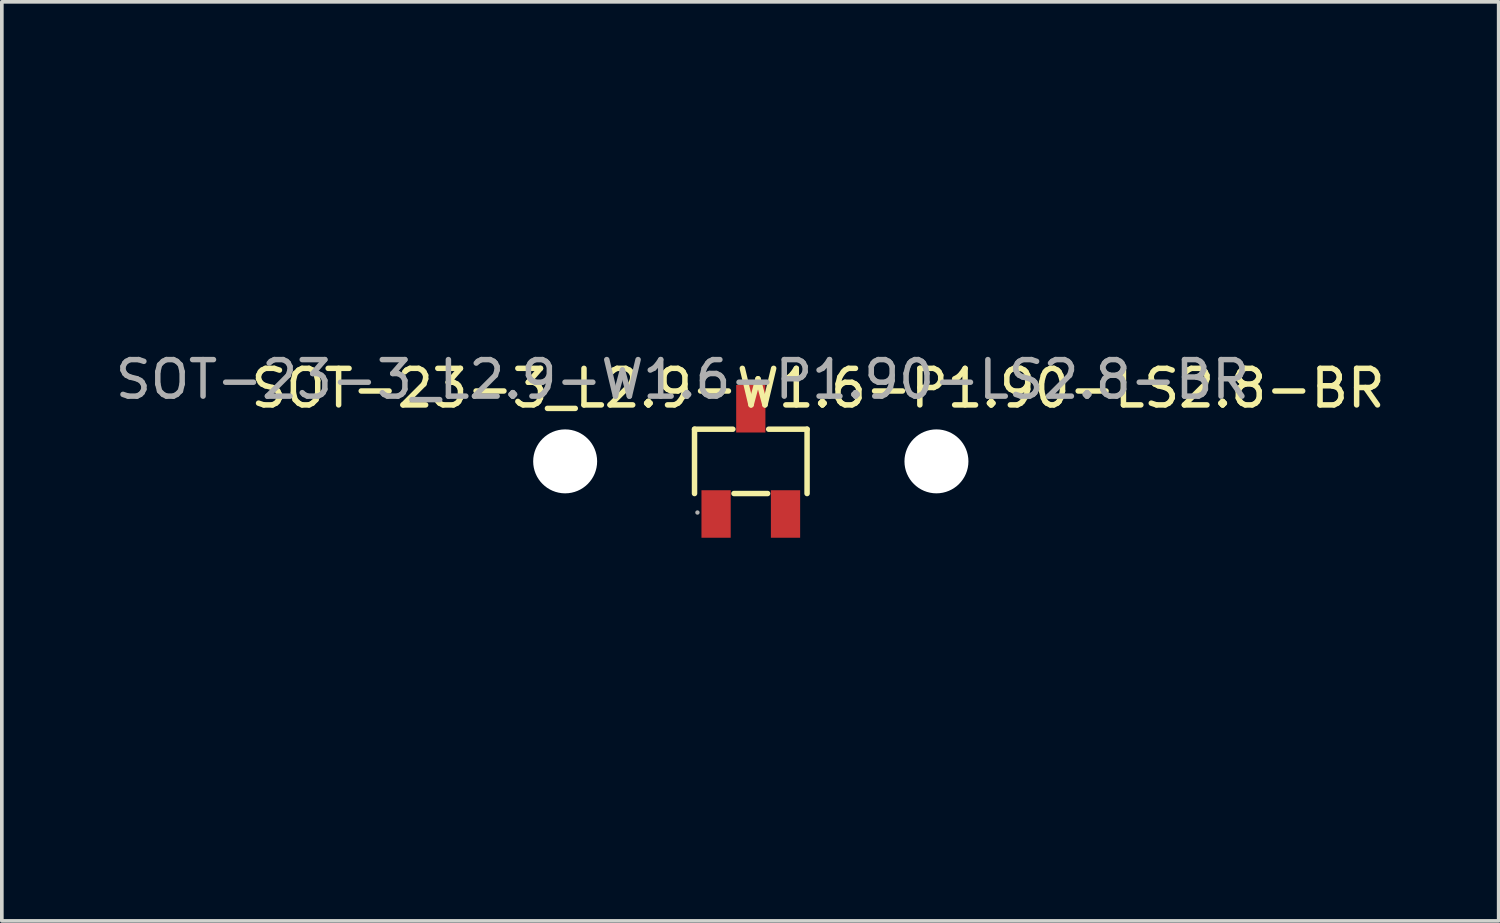
<source format=kicad_pcb>
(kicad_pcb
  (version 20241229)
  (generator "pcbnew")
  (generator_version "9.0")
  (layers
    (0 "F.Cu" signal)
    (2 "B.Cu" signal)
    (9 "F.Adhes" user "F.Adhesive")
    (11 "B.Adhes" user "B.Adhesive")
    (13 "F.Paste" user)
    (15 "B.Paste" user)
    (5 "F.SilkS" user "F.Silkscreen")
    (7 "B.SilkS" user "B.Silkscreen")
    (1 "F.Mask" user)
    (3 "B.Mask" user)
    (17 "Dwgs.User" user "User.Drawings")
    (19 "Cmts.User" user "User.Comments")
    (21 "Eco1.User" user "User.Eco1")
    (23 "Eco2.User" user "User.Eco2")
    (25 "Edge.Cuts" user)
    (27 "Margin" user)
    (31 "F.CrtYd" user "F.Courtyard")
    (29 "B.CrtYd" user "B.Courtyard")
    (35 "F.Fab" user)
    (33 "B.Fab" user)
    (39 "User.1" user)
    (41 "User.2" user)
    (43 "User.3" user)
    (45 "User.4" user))
  (footprint "SOT-23-3_L2.9-W1.6-P1.90-LS2.8-BR"
    (layer "F.Cu")
    (at 17.495 9.575)
    (property "Reference" "SOT-23-3_L2.9-W1.6-P1.90-LS2.8-BR" (at 1.84 -2 0) (layer "F.SilkS") (effects (font (size 1 1) (thickness 0.15))))
    (attr smd)
    (fp_line (start -1.54 -0.88) (end -0.49 -0.88) (stroke (width 0.15) (type solid)) (layer "F.SilkS"))
    (fp_line (start -1.54 0.88) (end -1.54 -0.88) (stroke (width 0.15) (type solid)) (layer "F.SilkS"))
    (fp_line (start 0.46 0.88) (end -0.46 0.88) (stroke (width 0.15) (type solid)) (layer "F.SilkS"))
    (fp_line (start 1.54 -0.88) (end 0.49 -0.88) (stroke (width 0.15) (type solid)) (layer "F.SilkS"))
    (fp_line (start 1.54 0.88) (end 1.54 -0.88) (stroke (width 0.15) (type solid)) (layer "F.SilkS"))
    (fp_circle (center -1.46 1.4) (end -1.46 1.43) (stroke (width 0.06) (type solid)) (fill no) (layer "F.Fab"))
    (fp_rect (start -9.525 -9.525) (end 9.525 9.525) (stroke (width 0.1) (type solid)) (fill no) (layer "User.1"))
    (fp_rect (start -7 -7) (end 7 7) (stroke (width 0.1) (type default)) (fill no) (layer "User.4"))
    (fp_text user "${REFERENCE}" (at -1.87 -2.24 0) (layer "F.Fab") (effects (font (size 1 1) (thickness 0.15))))
    (pad "" np_thru_hole circle (at -5.08 0) (size 1.75 1.75) (drill 1.75) (layers "*.Cu" "*.Mask"))
    (pad "" np_thru_hole circle (at 5.08 0) (size 1.75 1.75) (drill 1.75) (layers "*.Cu" "*.Mask"))
    (pad "1" smd rect (at -0.95 1.44 270) (size 1.3 0.8) (layers "F.Cu" "F.Mask" "F.Paste"))
    (pad "2" smd rect (at 0.95 1.44 270) (size 1.3 0.8) (layers "F.Cu" "F.Mask" "F.Paste"))
    (pad "3" smd rect (at 0 -1.44 270) (size 1.3 0.8) (layers "F.Cu" "F.Mask" "F.Paste"))
    (zone (net_name "") (layers "F.Cu" "B.Cu") (hatch edge 0.5) (connect_pads) (min_thickness 0.25) (filled_areas_thickness no) (keepout (tracks allowed) (vias not_allowed) (pads allowed) (copperpour not_allowed) (footprints allowed)) (placement (enabled no)) (fill) (polygon (pts (xy 19.095 8.675) (xy 19.095 10.475) (xy 15.895 10.475) (xy 15.895 8.675)))))
  (gr_rect
    (start -3 -3)
    (end 37.96 22.15)
    (stroke (width 0.1) (type default))
    (fill no)
    (layer "Edge.Cuts")))
</source>
